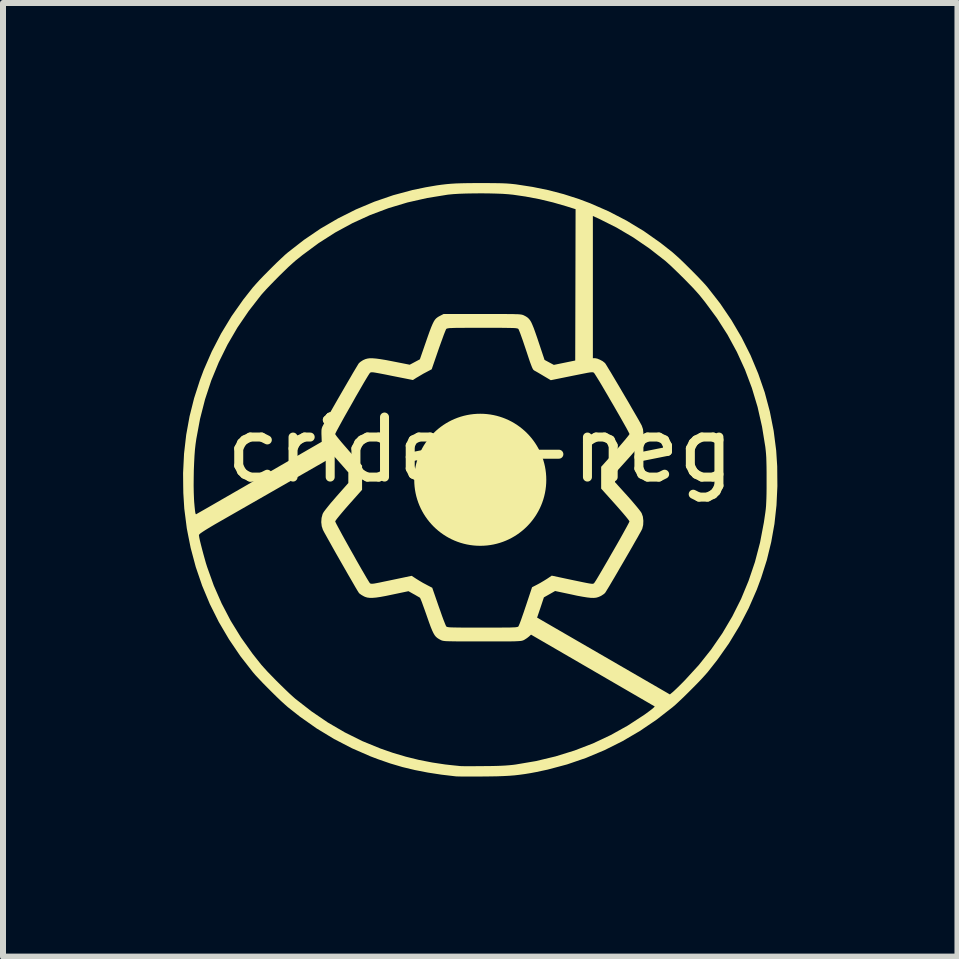
<source format=kicad_pcb>
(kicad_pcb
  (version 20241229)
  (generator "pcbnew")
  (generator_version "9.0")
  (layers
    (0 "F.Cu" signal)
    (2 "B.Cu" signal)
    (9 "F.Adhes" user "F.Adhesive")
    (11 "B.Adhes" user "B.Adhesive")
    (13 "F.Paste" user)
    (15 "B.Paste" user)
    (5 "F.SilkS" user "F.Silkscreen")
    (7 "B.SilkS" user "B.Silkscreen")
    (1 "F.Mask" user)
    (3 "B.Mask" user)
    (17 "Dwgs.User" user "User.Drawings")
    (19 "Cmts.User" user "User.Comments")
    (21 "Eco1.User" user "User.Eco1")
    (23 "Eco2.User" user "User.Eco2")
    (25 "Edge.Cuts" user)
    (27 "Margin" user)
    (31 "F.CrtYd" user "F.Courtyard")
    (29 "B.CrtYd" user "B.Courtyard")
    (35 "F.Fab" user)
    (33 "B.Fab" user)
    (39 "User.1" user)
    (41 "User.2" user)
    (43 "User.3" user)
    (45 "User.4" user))
  (footprint "crides-neg"
    (layer "F.Cu")
    (at 4.951 4.943)
    (property "Reference" "crides-neg" (at 0 -0.5 0) (unlocked yes) (layer "F.SilkS") (effects (font (size 1 1) (thickness 0.15))))
    (attr board_only exclude_from_pos_files exclude_from_bom)
    (fp_circle (center 0 0) (end 1 0) (stroke (width 0.2) (type solid)) (fill yes) (layer "F.SilkS"))
    (fp_poly (pts (xy 0.122 -4.943) (xy 0.224 -4.942) (xy 0.31 -4.941) (xy 0.382 -4.939) (xy 0.443 -4.936) (xy 0.497 -4.932) (xy 0.548 -4.927) (xy 0.593 -4.922) (xy 0.872 -4.879) (xy 1.137 -4.825) (xy 1.392 -4.758) (xy 1.644 -4.677) (xy 1.83 -4.607) (xy 2.137 -4.473) (xy 2.436 -4.318) (xy 2.725 -4.143) (xy 3.002 -3.948) (xy 3.205 -3.788) (xy 3.257 -3.742) (xy 3.321 -3.684) (xy 3.393 -3.615) (xy 3.469 -3.54) (xy 3.546 -3.463) (xy 3.621 -3.387) (xy 3.689 -3.315) (xy 3.747 -3.253) (xy 3.788 -3.205) (xy 3.996 -2.938) (xy 4.185 -2.659) (xy 4.354 -2.371) (xy 4.503 -2.074) (xy 4.631 -1.768) (xy 4.739 -1.456) (xy 4.824 -1.138) (xy 4.888 -0.815) (xy 4.93 -0.488) (xy 4.947 -0.224) (xy 4.95 0.106) (xy 4.935 0.425) (xy 4.901 0.735) (xy 4.847 1.038) (xy 4.774 1.337) (xy 4.68 1.633) (xy 4.607 1.83) (xy 4.473 2.137) (xy 4.318 2.436) (xy 4.143 2.725) (xy 3.948 3.002) (xy 3.788 3.205) (xy 3.742 3.257) (xy 3.684 3.321) (xy 3.615 3.393) (xy 3.54 3.469) (xy 3.463 3.546) (xy 3.387 3.621) (xy 3.315 3.689) (xy 3.253 3.747) (xy 3.205 3.788) (xy 2.938 3.996) (xy 2.659 4.185) (xy 2.369 4.355) (xy 2.069 4.505) (xy 1.761 4.634) (xy 1.446 4.742) (xy 1.124 4.828) (xy 0.938 4.868) (xy 0.837 4.887) (xy 0.745 4.902) (xy 0.658 4.914) (xy 0.572 4.924) (xy 0.484 4.931) (xy 0.388 4.936) (xy 0.28 4.94) (xy 0.157 4.942) (xy 0.058 4.943) (xy -0.039 4.944) (xy -0.131 4.944) (xy -0.213 4.944) (xy -0.284 4.944) (xy -0.341 4.943) (xy -0.38 4.942) (xy -0.397 4.942) (xy -0.644 4.913) (xy -0.872 4.878) (xy -1.088 4.836) (xy -1.296 4.786) (xy -1.499 4.726) (xy -1.704 4.655) (xy -1.83 4.607) (xy -2.137 4.473) (xy -2.436 4.318) (xy -2.725 4.143) (xy -3.002 3.948) (xy -3.205 3.788) (xy -3.257 3.742) (xy -3.321 3.684) (xy -3.393 3.615) (xy -3.469 3.54) (xy -3.546 3.463) (xy -3.621 3.387) (xy -3.689 3.315) (xy -3.747 3.253) (xy -3.788 3.205) (xy -3.997 2.937) (xy -4.186 2.658) (xy -4.356 2.369) (xy -4.505 2.071) (xy -4.633 1.765) (xy -4.74 1.452) (xy -4.825 1.133) (xy -4.867 0.923) (xy -4.687 0.923) (xy -4.686 0.928) (xy -4.681 0.963) (xy -4.67 1.015) (xy -4.654 1.08) (xy -4.635 1.154) (xy -4.614 1.233) (xy -4.592 1.312) (xy -4.571 1.387) (xy -4.55 1.453) (xy -4.439 1.763) (xy -4.308 2.061) (xy -4.157 2.35) (xy -3.985 2.629) (xy -3.792 2.9) (xy -3.65 3.079) (xy -3.603 3.132) (xy -3.544 3.197) (xy -3.474 3.269) (xy -3.399 3.346) (xy -3.321 3.423) (xy -3.245 3.497) (xy -3.175 3.564) (xy -3.113 3.62) (xy -3.079 3.65) (xy -2.813 3.857) (xy -2.54 4.043) (xy -2.257 4.208) (xy -1.966 4.353) (xy -1.663 4.477) (xy -1.453 4.55) (xy -1.24 4.613) (xy -1.021 4.667) (xy -0.801 4.71) (xy -0.589 4.742) (xy -0.501 4.752) (xy -0.445 4.758) (xy -0.395 4.763) (xy -0.357 4.767) (xy -0.34 4.769) (xy -0.32 4.77) (xy -0.28 4.771) (xy -0.223 4.772) (xy -0.153 4.772) (xy -0.072 4.771) (xy 0.016 4.771) (xy 0.058 4.77) (xy 0.174 4.769) (xy 0.272 4.767) (xy 0.354 4.764) (xy 0.425 4.76) (xy 0.488 4.755) (xy 0.548 4.749) (xy 0.593 4.743) (xy 0.929 4.686) (xy 1.255 4.608) (xy 1.571 4.51) (xy 1.878 4.392) (xy 2.173 4.253) (xy 2.457 4.095) (xy 2.73 3.917) (xy 2.811 3.858) (xy 2.852 3.827) (xy 2.883 3.801) (xy 2.902 3.783) (xy 2.906 3.776) (xy 0.846 2.58) (xy 0.811 2.612) (xy 0.778 2.638) (xy 0.739 2.663) (xy 0.728 2.669) (xy 0.718 2.674) (xy 0.706 2.678) (xy 0.692 2.682) (xy 0.673 2.685) (xy 0.649 2.687) (xy 0.615 2.689) (xy 0.572 2.691) (xy 0.517 2.692) (xy 0.447 2.692) (xy 0.362 2.693) (xy 0.259 2.693) (xy 0.136 2.693) (xy 0.035 2.693) (xy -0.104 2.693) (xy -0.221 2.693) (xy -0.319 2.693) (xy -0.399 2.692) (xy -0.465 2.691) (xy -0.516 2.69) (xy -0.557 2.689) (xy -0.587 2.687) (xy -0.61 2.684) (xy -0.627 2.681) (xy -0.64 2.677) (xy -0.651 2.673) (xy -0.659 2.669) (xy -0.69 2.652) (xy -0.716 2.635) (xy -0.739 2.615) (xy -0.76 2.589) (xy -0.78 2.555) (xy -0.801 2.511) (xy -0.825 2.453) (xy -0.852 2.379) (xy -0.884 2.288) (xy -0.903 2.233) (xy -0.929 2.16) (xy -0.953 2.094) (xy -0.973 2.038) (xy -0.99 1.996) (xy -1.001 1.971) (xy -1.005 1.965) (xy -1.021 1.955) (xy -1.051 1.938) (xy -1.09 1.915) (xy -1.107 1.906) (xy -1.196 1.856) (xy -1.458 1.911) (xy -1.568 1.934) (xy -1.659 1.951) (xy -1.733 1.962) (xy -1.793 1.967) (xy -1.842 1.967) (xy -1.883 1.962) (xy -1.919 1.951) (xy -1.942 1.94) (xy -1.979 1.919) (xy -2.011 1.896) (xy -2.021 1.886) (xy -2.03 1.872) (xy -2.05 1.84) (xy -2.078 1.793) (xy -2.113 1.732) (xy -2.154 1.661) (xy -2.2 1.582) (xy -2.249 1.496) (xy -2.3 1.407) (xy -2.352 1.316) (xy -2.403 1.227) (xy -2.452 1.14) (xy -2.497 1.059) (xy -2.538 0.986) (xy -2.573 0.923) (xy -2.601 0.873) (xy -2.619 0.838) (xy -2.622 0.832) (xy -2.641 0.774) (xy -2.649 0.706) (xy -2.644 0.636) (xy -2.627 0.572) (xy -2.619 0.555) (xy -2.604 0.531) (xy -2.576 0.494) (xy -2.537 0.445) (xy -2.491 0.388) (xy -2.438 0.327) (xy -2.395 0.277) (xy -2.198 0.054) (xy -2.198 -0.123) (xy -2.303 -0.243) (xy -2.343 -0.288) (xy -2.379 -0.329) (xy -2.407 -0.361) (xy -2.425 -0.38) (xy -2.427 -0.383) (xy -2.431 -0.385) (xy -2.437 -0.386) (xy -2.445 -0.385) (xy -2.459 -0.381) (xy -4.424 0.744) (xy -4.488 0.782) (xy -4.541 0.814) (xy -4.583 0.84) (xy -4.617 0.862) (xy -4.642 0.879) (xy -4.661 0.892) (xy -4.673 0.903) (xy -4.681 0.911) (xy -4.685 0.917) (xy -4.687 0.923) (xy -4.867 0.923) (xy -4.889 0.809) (xy -4.931 0.48) (xy -4.947 0.222) (xy -4.949 0.098) (xy -4.775 0.098) (xy -4.773 0.214) (xy -4.769 0.317) (xy -4.766 0.371) (xy -4.759 0.449) (xy -4.753 0.506) (xy -4.748 0.544) (xy -4.742 0.567) (xy -4.737 0.575) (xy -4.736 0.575) (xy -4.726 0.57) (xy -4.697 0.553) (xy -4.651 0.527) (xy -4.588 0.491) (xy -4.511 0.447) (xy -4.421 0.395) (xy -4.319 0.336) (xy -4.206 0.271) (xy -4.083 0.2) (xy -3.952 0.125) (xy -3.815 0.045) (xy -3.687 -0.029) (xy -2.641 -0.633) (xy -2.645 -0.741) (xy -2.646 -0.762) (xy -2.417 -0.762) (xy -2.409 -0.748) (xy -2.389 -0.72) (xy -2.356 -0.679) (xy -2.314 -0.628) (xy -2.264 -0.57) (xy -2.208 -0.506) (xy -2.193 -0.488) (xy -1.969 -0.236) (xy -1.969 0.167) (xy -2.193 0.419) (xy -2.25 0.484) (xy -2.302 0.545) (xy -2.346 0.598) (xy -2.381 0.641) (xy -2.405 0.673) (xy -2.416 0.691) (xy -2.417 0.693) (xy -2.411 0.707) (xy -2.396 0.738) (xy -2.371 0.785) (xy -2.339 0.844) (xy -2.301 0.915) (xy -2.258 0.993) (xy -2.211 1.077) (xy -2.162 1.165) (xy -2.112 1.253) (xy -2.063 1.341) (xy -2.015 1.425) (xy -1.971 1.502) (xy -1.93 1.572) (xy -1.896 1.631) (xy -1.868 1.677) (xy -1.849 1.708) (xy -1.84 1.72) (xy -1.834 1.726) (xy -1.826 1.73) (xy -1.814 1.732) (xy -1.796 1.732) (xy -1.768 1.729) (xy -1.729 1.722) (xy -1.677 1.712) (xy -1.607 1.697) (xy -1.519 1.679) (xy -1.481 1.671) (xy -1.143 1.6) (xy -1.063 1.652) (xy -1.013 1.683) (xy -0.954 1.718) (xy -0.897 1.748) (xy -0.892 1.751) (xy -0.8 1.799) (xy -0.692 2.111) (xy -0.663 2.192) (xy -0.637 2.267) (xy -0.613 2.332) (xy -0.592 2.385) (xy -0.577 2.422) (xy -0.567 2.442) (xy -0.567 2.443) (xy -0.561 2.447) (xy -0.553 2.451) (xy -0.539 2.454) (xy -0.519 2.457) (xy -0.489 2.459) (xy -0.449 2.46) (xy -0.396 2.461) (xy -0.329 2.462) (xy -0.245 2.463) (xy -0.142 2.463) (xy -0.019 2.463) (xy 0.035 2.463) (xy 0.166 2.463) (xy 0.276 2.463) (xy 0.367 2.462) (xy 0.441 2.462) (xy 0.499 2.461) (xy 0.544 2.459) (xy 0.578 2.458) (xy 0.601 2.455) (xy 0.617 2.452) (xy 0.627 2.449) (xy 0.634 2.445) (xy 0.635 2.443) (xy 0.643 2.427) (xy 0.658 2.392) (xy 0.677 2.341) (xy 0.693 2.296) (xy 0.947 2.296) (xy 3.159 3.576) (xy 3.211 3.533) (xy 3.236 3.51) (xy 3.273 3.475) (xy 3.319 3.43) (xy 3.369 3.38) (xy 3.412 3.336) (xy 3.64 3.087) (xy 3.847 2.827) (xy 4.033 2.557) (xy 4.199 2.276) (xy 4.345 1.985) (xy 4.47 1.683) (xy 4.576 1.37) (xy 4.661 1.046) (xy 4.725 0.71) (xy 4.749 0.547) (xy 4.756 0.493) (xy 4.761 0.438) (xy 4.764 0.379) (xy 4.767 0.31) (xy 4.769 0.23) (xy 4.77 0.134) (xy 4.77 0.019) (xy 4.77 0) (xy 4.77 -0.118) (xy 4.769 -0.216) (xy 4.767 -0.299) (xy 4.765 -0.369) (xy 4.761 -0.43) (xy 4.756 -0.485) (xy 4.75 -0.538) (xy 4.749 -0.547) (xy 4.694 -0.886) (xy 4.62 -1.213) (xy 4.525 -1.529) (xy 4.41 -1.835) (xy 4.275 -2.13) (xy 4.119 -2.417) (xy 3.942 -2.694) (xy 3.743 -2.963) (xy 3.65 -3.079) (xy 3.603 -3.132) (xy 3.544 -3.197) (xy 3.474 -3.269) (xy 3.399 -3.346) (xy 3.321 -3.423) (xy 3.245 -3.497) (xy 3.175 -3.564) (xy 3.113 -3.62) (xy 3.079 -3.65) (xy 2.817 -3.854) (xy 2.548 -4.038) (xy 2.27 -4.202) (xy 1.981 -4.347) (xy 1.959 -4.357) (xy 1.876 -4.395) (xy 1.876 -2.026) (xy 1.911 -2.026) (xy 1.948 -2.019) (xy 1.994 -2) (xy 2.039 -1.976) (xy 2.074 -1.948) (xy 2.079 -1.943) (xy 2.089 -1.929) (xy 2.109 -1.897) (xy 2.137 -1.85) (xy 2.174 -1.79) (xy 2.216 -1.719) (xy 2.263 -1.64) (xy 2.313 -1.556) (xy 2.365 -1.467) (xy 2.418 -1.377) (xy 2.47 -1.289) (xy 2.519 -1.203) (xy 2.565 -1.124) (xy 2.607 -1.052) (xy 2.642 -0.991) (xy 2.669 -0.942) (xy 2.687 -0.909) (xy 2.691 -0.901) (xy 2.711 -0.843) (xy 2.718 -0.775) (xy 2.713 -0.704) (xy 2.696 -0.641) (xy 2.688 -0.624) (xy 2.673 -0.601) (xy 2.645 -0.564) (xy 2.606 -0.515) (xy 2.558 -0.459) (xy 2.504 -0.397) (xy 2.453 -0.34) (xy 2.245 -0.109) (xy 2.245 0.04) (xy 2.453 0.27) (xy 2.51 0.334) (xy 2.563 0.396) (xy 2.61 0.452) (xy 2.648 0.499) (xy 2.675 0.535) (xy 2.688 0.555) (xy 2.709 0.614) (xy 2.717 0.683) (xy 2.714 0.753) (xy 2.699 0.815) (xy 2.691 0.832) (xy 2.676 0.861) (xy 2.651 0.905) (xy 2.619 0.963) (xy 2.579 1.032) (xy 2.535 1.11) (xy 2.486 1.195) (xy 2.435 1.283) (xy 2.383 1.373) (xy 2.33 1.463) (xy 2.28 1.55) (xy 2.232 1.632) (xy 2.188 1.706) (xy 2.15 1.771) (xy 2.118 1.823) (xy 2.095 1.861) (xy 2.081 1.882) (xy 2.079 1.886) (xy 2.054 1.907) (xy 2.019 1.93) (xy 2 1.94) (xy 1.967 1.954) (xy 1.932 1.964) (xy 1.891 1.968) (xy 1.841 1.967) (xy 1.78 1.96) (xy 1.704 1.948) (xy 1.612 1.931) (xy 1.516 1.91) (xy 1.247 1.853) (xy 1.154 1.906) (xy 1.06 1.959) (xy 1.004 2.128) (xy 0.947 2.296) (xy 0.693 2.296) (xy 0.699 2.278) (xy 0.725 2.204) (xy 0.752 2.123) (xy 0.758 2.106) (xy 0.863 1.79) (xy 0.947 1.747) (xy 1 1.718) (xy 1.059 1.683) (xy 1.111 1.651) (xy 1.191 1.597) (xy 1.534 1.67) (xy 1.631 1.69) (xy 1.707 1.706) (xy 1.767 1.718) (xy 1.811 1.726) (xy 1.843 1.731) (xy 1.865 1.733) (xy 1.879 1.732) (xy 1.888 1.728) (xy 1.895 1.723) (xy 1.898 1.72) (xy 1.909 1.704) (xy 1.93 1.672) (xy 1.959 1.624) (xy 1.995 1.563) (xy 2.036 1.493) (xy 2.082 1.414) (xy 2.131 1.33) (xy 2.181 1.242) (xy 2.232 1.154) (xy 2.282 1.067) (xy 2.329 0.984) (xy 2.372 0.907) (xy 2.41 0.838) (xy 2.442 0.78) (xy 2.466 0.735) (xy 2.481 0.705) (xy 2.486 0.694) (xy 2.478 0.68) (xy 2.457 0.652) (xy 2.425 0.612) (xy 2.382 0.561) (xy 2.331 0.502) (xy 2.274 0.437) (xy 2.25 0.41) (xy 2.014 0.147) (xy 2.014 -0.216) (xy 2.25 -0.479) (xy 2.309 -0.545) (xy 2.362 -0.607) (xy 2.408 -0.661) (xy 2.445 -0.706) (xy 2.471 -0.739) (xy 2.485 -0.759) (xy 2.486 -0.763) (xy 2.48 -0.776) (xy 2.464 -0.807) (xy 2.439 -0.854) (xy 2.406 -0.913) (xy 2.367 -0.982) (xy 2.323 -1.06) (xy 2.275 -1.143) (xy 2.225 -1.23) (xy 2.174 -1.317) (xy 2.124 -1.404) (xy 2.075 -1.487) (xy 2.03 -1.564) (xy 1.989 -1.633) (xy 1.953 -1.691) (xy 1.925 -1.736) (xy 1.906 -1.766) (xy 1.897 -1.778) (xy 1.891 -1.784) (xy 1.883 -1.789) (xy 1.872 -1.791) (xy 1.854 -1.791) (xy 1.829 -1.789) (xy 1.792 -1.783) (xy 1.741 -1.773) (xy 1.675 -1.76) (xy 1.59 -1.743) (xy 1.525 -1.73) (xy 1.175 -1.659) (xy 1.055 -1.73) (xy 1.005 -1.76) (xy 0.959 -1.787) (xy 0.922 -1.808) (xy 0.902 -1.819) (xy 0.892 -1.826) (xy 0.882 -1.836) (xy 0.872 -1.853) (xy 0.861 -1.877) (xy 0.847 -1.913) (xy 0.829 -1.961) (xy 0.807 -2.026) (xy 0.78 -2.108) (xy 0.761 -2.165) (xy 0.733 -2.248) (xy 0.707 -2.325) (xy 0.683 -2.392) (xy 0.663 -2.447) (xy 0.647 -2.487) (xy 0.637 -2.509) (xy 0.636 -2.512) (xy 0.63 -2.516) (xy 0.622 -2.52) (xy 0.608 -2.523) (xy 0.588 -2.526) (xy 0.559 -2.528) (xy 0.518 -2.529) (xy 0.465 -2.53) (xy 0.398 -2.531) (xy 0.314 -2.532) (xy 0.211 -2.532) (xy 0.089 -2.532) (xy 0.035 -2.532) (xy -0.097 -2.532) (xy -0.207 -2.532) (xy -0.298 -2.531) (xy -0.372 -2.531) (xy -0.43 -2.53) (xy -0.475 -2.528) (xy -0.509 -2.527) (xy -0.532 -2.524) (xy -0.548 -2.521) (xy -0.558 -2.518) (xy -0.565 -2.514) (xy -0.567 -2.512) (xy -0.575 -2.496) (xy -0.589 -2.462) (xy -0.609 -2.411) (xy -0.632 -2.347) (xy -0.659 -2.273) (xy -0.688 -2.192) (xy -0.697 -2.166) (xy -0.809 -1.841) (xy -0.896 -1.795) (xy -0.949 -1.767) (xy -1.003 -1.735) (xy -1.05 -1.707) (xy -1.053 -1.706) (xy -1.122 -1.662) (xy -1.47 -1.731) (xy -1.568 -1.751) (xy -1.645 -1.766) (xy -1.705 -1.777) (xy -1.75 -1.785) (xy -1.783 -1.79) (xy -1.805 -1.791) (xy -1.82 -1.79) (xy -1.829 -1.787) (xy -1.836 -1.782) (xy -1.84 -1.778) (xy -1.851 -1.762) (xy -1.872 -1.729) (xy -1.901 -1.681) (xy -1.937 -1.621) (xy -1.978 -1.55) (xy -2.023 -1.472) (xy -2.072 -1.388) (xy -2.121 -1.3) (xy -2.171 -1.212) (xy -2.22 -1.126) (xy -2.267 -1.043) (xy -2.309 -0.967) (xy -2.346 -0.899) (xy -2.377 -0.842) (xy -2.4 -0.799) (xy -2.413 -0.771) (xy -2.417 -0.762) (xy -2.646 -0.762) (xy -2.646 -0.795) (xy -2.645 -0.833) (xy -2.639 -0.862) (xy -2.629 -0.889) (xy -2.623 -0.899) (xy -2.607 -0.93) (xy -2.582 -0.976) (xy -2.548 -1.036) (xy -2.509 -1.106) (xy -2.464 -1.185) (xy -2.416 -1.269) (xy -2.365 -1.358) (xy -2.313 -1.448) (xy -2.261 -1.538) (xy -2.211 -1.624) (xy -2.164 -1.704) (xy -2.122 -1.777) (xy -2.085 -1.839) (xy -2.055 -1.889) (xy -2.034 -1.924) (xy -2.022 -1.942) (xy -2.021 -1.943) (xy -1.996 -1.965) (xy -1.961 -1.988) (xy -1.942 -1.998) (xy -1.911 -2.011) (xy -1.877 -2.02) (xy -1.838 -2.025) (xy -1.79 -2.024) (xy -1.731 -2.019) (xy -1.658 -2.009) (xy -1.568 -1.994) (xy -1.459 -1.973) (xy -1.454 -1.972) (xy -1.175 -1.917) (xy -1.006 -2.007) (xy -0.91 -2.284) (xy -0.874 -2.388) (xy -0.844 -2.472) (xy -0.818 -2.54) (xy -0.796 -2.592) (xy -0.776 -2.633) (xy -0.757 -2.664) (xy -0.737 -2.687) (xy -0.715 -2.705) (xy -0.69 -2.721) (xy -0.665 -2.734) (xy -0.611 -2.762) (xy 0.035 -2.762) (xy 0.173 -2.762) (xy 0.29 -2.762) (xy 0.388 -2.762) (xy 0.468 -2.761) (xy 0.534 -2.761) (xy 0.585 -2.759) (xy 0.626 -2.758) (xy 0.656 -2.756) (xy 0.679 -2.753) (xy 0.696 -2.75) (xy 0.709 -2.746) (xy 0.72 -2.742) (xy 0.728 -2.738) (xy 0.759 -2.722) (xy 0.785 -2.705) (xy 0.807 -2.685) (xy 0.828 -2.66) (xy 0.848 -2.627) (xy 0.868 -2.583) (xy 0.891 -2.527) (xy 0.917 -2.455) (xy 0.948 -2.366) (xy 0.977 -2.279) (xy 1.071 -1.997) (xy 1.226 -1.914) (xy 1.582 -1.987) (xy 1.585 -3.247) (xy 1.588 -4.508) (xy 1.436 -4.556) (xy 1.211 -4.621) (xy 0.986 -4.675) (xy 0.753 -4.719) (xy 0.547 -4.749) (xy 0.468 -4.757) (xy 0.371 -4.764) (xy 0.26 -4.768) (xy 0.139 -4.771) (xy 0.014 -4.772) (xy -0.112 -4.771) (xy -0.234 -4.769) (xy -0.348 -4.765) (xy -0.448 -4.759) (xy -0.531 -4.751) (xy -0.547 -4.749) (xy -0.886 -4.694) (xy -1.213 -4.62) (xy -1.529 -4.525) (xy -1.835 -4.41) (xy -2.13 -4.275) (xy -2.417 -4.119) (xy -2.694 -3.942) (xy -2.963 -3.743) (xy -3.079 -3.65) (xy -3.132 -3.603) (xy -3.197 -3.544) (xy -3.269 -3.474) (xy -3.346 -3.399) (xy -3.423 -3.321) (xy -3.497 -3.245) (xy -3.564 -3.175) (xy -3.62 -3.113) (xy -3.65 -3.079) (xy -3.858 -2.811) (xy -4.046 -2.535) (xy -4.212 -2.25) (xy -4.357 -1.956) (xy -4.482 -1.653) (xy -4.585 -1.34) (xy -4.668 -1.016) (xy -4.73 -0.683) (xy -4.743 -0.593) (xy -4.753 -0.505) (xy -4.761 -0.399) (xy -4.767 -0.28) (xy -4.772 -0.155) (xy -4.774 -0.027) (xy -4.775 0.098) (xy -4.949 0.098) (xy -4.951 -0.112) (xy -4.935 -0.435) (xy -4.899 -0.749) (xy -4.843 -1.057) (xy -4.767 -1.36) (xy -4.67 -1.661) (xy -4.607 -1.83) (xy -4.473 -2.137) (xy -4.318 -2.436) (xy -4.143 -2.725) (xy -3.948 -3.002) (xy -3.788 -3.205) (xy -3.742 -3.257) (xy -3.684 -3.321) (xy -3.615 -3.393) (xy -3.54 -3.469) (xy -3.463 -3.546) (xy -3.387 -3.621) (xy -3.315 -3.689) (xy -3.253 -3.747) (xy -3.205 -3.788) (xy -2.938 -3.996) (xy -2.66 -4.185) (xy -2.37 -4.354) (xy -2.071 -4.504) (xy -1.764 -4.633) (xy -1.45 -4.741) (xy -1.13 -4.827) (xy -0.909 -4.873) (xy -0.81 -4.89) (xy -0.722 -4.905) (xy -0.642 -4.916) (xy -0.564 -4.925) (xy -0.485 -4.932) (xy -0.402 -4.937) (xy -0.31 -4.94) (xy -0.205 -4.942) (xy -0.083 -4.943) (xy 0 -4.943)) (stroke (width 0) (type solid)) (fill yes) (layer "F.SilkS")))
  (gr_rect
    (start -3 -3)
    (end 12.901 12.887)
    (stroke (width 0.1) (type default))
    (fill no)
    (layer "Edge.Cuts")))
</source>
